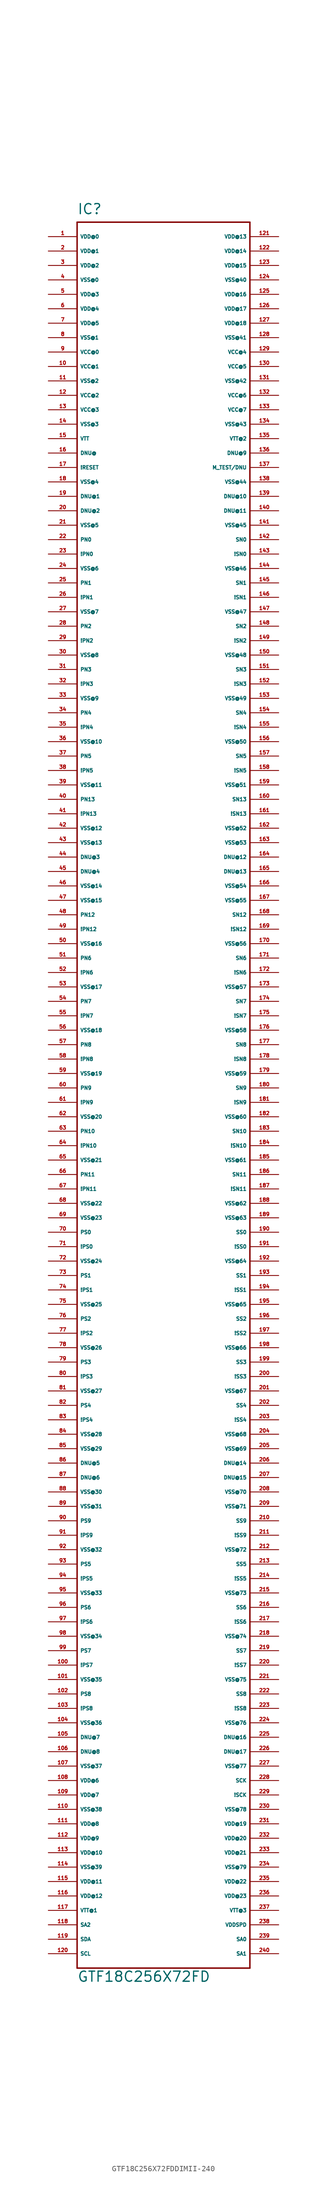
<source format=kicad_sym>
(kicad_symbol_lib
  (version 20220914)
  (generator Eagle2Kicad)
  (symbol "GTF18C256X72FDDIMII-240"
    (property "Reference" "IC"
      (at -15.24 153.67 0)
      (effects (font (size 1.778 1.778) (thickness 0.22)) (justify left bottom)))
    (property "Value" "GTF18C256X72FD"
      (at -15.24 -157.48 0)
      (effects (font (size 1.778 1.778) (thickness 0.22)) (justify left bottom)))
    (polyline
      (pts (xy -15.24 -154.94) (xy 15.24 -154.94))
      (stroke (width 0.254) (type default))
      (fill (type none)))
    (polyline
      (pts (xy 15.24 -154.94) (xy 15.24 152.4))
      (stroke (width 0.254) (type default))
      (fill (type none)))
    (polyline
      (pts (xy 15.24 152.4) (xy -15.24 152.4))
      (stroke (width 0.254) (type default))
      (fill (type none)))
    (polyline
      (pts (xy -15.24 152.4) (xy -15.24 -154.94))
      (stroke (width 0.254) (type default))
      (fill (type none)))
    (pin passive line
      (at -20.32 149.86 0)
      (length 5.08)
      (name "VDD@0" (effects (font (size 0.635 0.635) (thickness 0.08)) (justify left bottom)))
      (number "1" (effects (font (size 0.635 0.635) (thickness 0.08)) (justify left bottom))))
    (pin passive line
      (at -20.32 147.32 0)
      (length 5.08)
      (name "VDD@1" (effects (font (size 0.635 0.635) (thickness 0.08)) (justify left bottom)))
      (number "2" (effects (font (size 0.635 0.635) (thickness 0.08)) (justify left bottom))))
    (pin passive line
      (at -20.32 144.78 0)
      (length 5.08)
      (name "VDD@2" (effects (font (size 0.635 0.635) (thickness 0.08)) (justify left bottom)))
      (number "3" (effects (font (size 0.635 0.635) (thickness 0.08)) (justify left bottom))))
    (pin passive line
      (at -20.32 142.24 0)
      (length 5.08)
      (name "VSS@0" (effects (font (size 0.635 0.635) (thickness 0.08)) (justify left bottom)))
      (number "4" (effects (font (size 0.635 0.635) (thickness 0.08)) (justify left bottom))))
    (pin passive line
      (at -20.32 139.7 0)
      (length 5.08)
      (name "VDD@3" (effects (font (size 0.635 0.635) (thickness 0.08)) (justify left bottom)))
      (number "5" (effects (font (size 0.635 0.635) (thickness 0.08)) (justify left bottom))))
    (pin passive line
      (at -20.32 137.16 0)
      (length 5.08)
      (name "VDD@4" (effects (font (size 0.635 0.635) (thickness 0.08)) (justify left bottom)))
      (number "6" (effects (font (size 0.635 0.635) (thickness 0.08)) (justify left bottom))))
    (pin passive line
      (at -20.32 134.62 0)
      (length 5.08)
      (name "VDD@5" (effects (font (size 0.635 0.635) (thickness 0.08)) (justify left bottom)))
      (number "7" (effects (font (size 0.635 0.635) (thickness 0.08)) (justify left bottom))))
    (pin passive line
      (at -20.32 132.08 0)
      (length 5.08)
      (name "VSS@1" (effects (font (size 0.635 0.635) (thickness 0.08)) (justify left bottom)))
      (number "8" (effects (font (size 0.635 0.635) (thickness 0.08)) (justify left bottom))))
    (pin passive line
      (at -20.32 129.54 0)
      (length 5.08)
      (name "VCC@0" (effects (font (size 0.635 0.635) (thickness 0.08)) (justify left bottom)))
      (number "9" (effects (font (size 0.635 0.635) (thickness 0.08)) (justify left bottom))))
    (pin passive line
      (at -20.32 127 0)
      (length 5.08)
      (name "VCC@1" (effects (font (size 0.635 0.635) (thickness 0.08)) (justify left bottom)))
      (number "10" (effects (font (size 0.635 0.635) (thickness 0.08)) (justify left bottom))))
    (pin passive line
      (at -20.32 124.46 0)
      (length 5.08)
      (name "VSS@2" (effects (font (size 0.635 0.635) (thickness 0.08)) (justify left bottom)))
      (number "11" (effects (font (size 0.635 0.635) (thickness 0.08)) (justify left bottom))))
    (pin passive line
      (at -20.32 121.92 0)
      (length 5.08)
      (name "VCC@2" (effects (font (size 0.635 0.635) (thickness 0.08)) (justify left bottom)))
      (number "12" (effects (font (size 0.635 0.635) (thickness 0.08)) (justify left bottom))))
    (pin passive line
      (at -20.32 119.38 0)
      (length 5.08)
      (name "VCC@3" (effects (font (size 0.635 0.635) (thickness 0.08)) (justify left bottom)))
      (number "13" (effects (font (size 0.635 0.635) (thickness 0.08)) (justify left bottom))))
    (pin passive line
      (at -20.32 116.84 0)
      (length 5.08)
      (name "VSS@3" (effects (font (size 0.635 0.635) (thickness 0.08)) (justify left bottom)))
      (number "14" (effects (font (size 0.635 0.635) (thickness 0.08)) (justify left bottom))))
    (pin passive line
      (at -20.32 114.3 0)
      (length 5.08)
      (name "VTT" (effects (font (size 0.635 0.635) (thickness 0.08)) (justify left bottom)))
      (number "15" (effects (font (size 0.635 0.635) (thickness 0.08)) (justify left bottom))))
    (pin passive line
      (at -20.32 111.76 0)
      (length 5.08)
      (name "DNU@" (effects (font (size 0.635 0.635) (thickness 0.08)) (justify left bottom)))
      (number "16" (effects (font (size 0.635 0.635) (thickness 0.08)) (justify left bottom))))
    (pin passive line
      (at -20.32 109.22 0)
      (length 5.08)
      (name "!RESET" (effects (font (size 0.635 0.635) (thickness 0.08)) (justify left bottom)))
      (number "17" (effects (font (size 0.635 0.635) (thickness 0.08)) (justify left bottom))))
    (pin passive line
      (at -20.32 106.68 0)
      (length 5.08)
      (name "VSS@4" (effects (font (size 0.635 0.635) (thickness 0.08)) (justify left bottom)))
      (number "18" (effects (font (size 0.635 0.635) (thickness 0.08)) (justify left bottom))))
    (pin passive line
      (at -20.32 104.14 0)
      (length 5.08)
      (name "DNU@1" (effects (font (size 0.635 0.635) (thickness 0.08)) (justify left bottom)))
      (number "19" (effects (font (size 0.635 0.635) (thickness 0.08)) (justify left bottom))))
    (pin passive line
      (at -20.32 101.6 0)
      (length 5.08)
      (name "DNU@2" (effects (font (size 0.635 0.635) (thickness 0.08)) (justify left bottom)))
      (number "20" (effects (font (size 0.635 0.635) (thickness 0.08)) (justify left bottom))))
    (pin passive line
      (at -20.32 99.06 0)
      (length 5.08)
      (name "VSS@5" (effects (font (size 0.635 0.635) (thickness 0.08)) (justify left bottom)))
      (number "21" (effects (font (size 0.635 0.635) (thickness 0.08)) (justify left bottom))))
    (pin passive line
      (at -20.32 96.52 0)
      (length 5.08)
      (name "PN0" (effects (font (size 0.635 0.635) (thickness 0.08)) (justify left bottom)))
      (number "22" (effects (font (size 0.635 0.635) (thickness 0.08)) (justify left bottom))))
    (pin passive line
      (at -20.32 93.98 0)
      (length 5.08)
      (name "!PN0" (effects (font (size 0.635 0.635) (thickness 0.08)) (justify left bottom)))
      (number "23" (effects (font (size 0.635 0.635) (thickness 0.08)) (justify left bottom))))
    (pin passive line
      (at -20.32 91.44 0)
      (length 5.08)
      (name "VSS@6" (effects (font (size 0.635 0.635) (thickness 0.08)) (justify left bottom)))
      (number "24" (effects (font (size 0.635 0.635) (thickness 0.08)) (justify left bottom))))
    (pin passive line
      (at -20.32 88.9 0)
      (length 5.08)
      (name "PN1" (effects (font (size 0.635 0.635) (thickness 0.08)) (justify left bottom)))
      (number "25" (effects (font (size 0.635 0.635) (thickness 0.08)) (justify left bottom))))
    (pin passive line
      (at -20.32 86.36 0)
      (length 5.08)
      (name "!PN1" (effects (font (size 0.635 0.635) (thickness 0.08)) (justify left bottom)))
      (number "26" (effects (font (size 0.635 0.635) (thickness 0.08)) (justify left bottom))))
    (pin passive line
      (at -20.32 83.82 0)
      (length 5.08)
      (name "VSS@7" (effects (font (size 0.635 0.635) (thickness 0.08)) (justify left bottom)))
      (number "27" (effects (font (size 0.635 0.635) (thickness 0.08)) (justify left bottom))))
    (pin passive line
      (at -20.32 81.28 0)
      (length 5.08)
      (name "PN2" (effects (font (size 0.635 0.635) (thickness 0.08)) (justify left bottom)))
      (number "28" (effects (font (size 0.635 0.635) (thickness 0.08)) (justify left bottom))))
    (pin passive line
      (at -20.32 78.74 0)
      (length 5.08)
      (name "!PN2" (effects (font (size 0.635 0.635) (thickness 0.08)) (justify left bottom)))
      (number "29" (effects (font (size 0.635 0.635) (thickness 0.08)) (justify left bottom))))
    (pin passive line
      (at -20.32 76.2 0)
      (length 5.08)
      (name "VSS@8" (effects (font (size 0.635 0.635) (thickness 0.08)) (justify left bottom)))
      (number "30" (effects (font (size 0.635 0.635) (thickness 0.08)) (justify left bottom))))
    (pin passive line
      (at -20.32 73.66 0)
      (length 5.08)
      (name "PN3" (effects (font (size 0.635 0.635) (thickness 0.08)) (justify left bottom)))
      (number "31" (effects (font (size 0.635 0.635) (thickness 0.08)) (justify left bottom))))
    (pin passive line
      (at -20.32 71.12 0)
      (length 5.08)
      (name "!PN3" (effects (font (size 0.635 0.635) (thickness 0.08)) (justify left bottom)))
      (number "32" (effects (font (size 0.635 0.635) (thickness 0.08)) (justify left bottom))))
    (pin passive line
      (at -20.32 68.58 0)
      (length 5.08)
      (name "VSS@9" (effects (font (size 0.635 0.635) (thickness 0.08)) (justify left bottom)))
      (number "33" (effects (font (size 0.635 0.635) (thickness 0.08)) (justify left bottom))))
    (pin passive line
      (at -20.32 66.04 0)
      (length 5.08)
      (name "PN4" (effects (font (size 0.635 0.635) (thickness 0.08)) (justify left bottom)))
      (number "34" (effects (font (size 0.635 0.635) (thickness 0.08)) (justify left bottom))))
    (pin passive line
      (at -20.32 63.5 0)
      (length 5.08)
      (name "!PN4" (effects (font (size 0.635 0.635) (thickness 0.08)) (justify left bottom)))
      (number "35" (effects (font (size 0.635 0.635) (thickness 0.08)) (justify left bottom))))
    (pin passive line
      (at -20.32 60.96 0)
      (length 5.08)
      (name "VSS@10" (effects (font (size 0.635 0.635) (thickness 0.08)) (justify left bottom)))
      (number "36" (effects (font (size 0.635 0.635) (thickness 0.08)) (justify left bottom))))
    (pin passive line
      (at -20.32 58.42 0)
      (length 5.08)
      (name "PN5" (effects (font (size 0.635 0.635) (thickness 0.08)) (justify left bottom)))
      (number "37" (effects (font (size 0.635 0.635) (thickness 0.08)) (justify left bottom))))
    (pin passive line
      (at -20.32 55.88 0)
      (length 5.08)
      (name "!PN5" (effects (font (size 0.635 0.635) (thickness 0.08)) (justify left bottom)))
      (number "38" (effects (font (size 0.635 0.635) (thickness 0.08)) (justify left bottom))))
    (pin passive line
      (at -20.32 53.34 0)
      (length 5.08)
      (name "VSS@11" (effects (font (size 0.635 0.635) (thickness 0.08)) (justify left bottom)))
      (number "39" (effects (font (size 0.635 0.635) (thickness 0.08)) (justify left bottom))))
    (pin passive line
      (at -20.32 50.8 0)
      (length 5.08)
      (name "PN13" (effects (font (size 0.635 0.635) (thickness 0.08)) (justify left bottom)))
      (number "40" (effects (font (size 0.635 0.635) (thickness 0.08)) (justify left bottom))))
    (pin passive line
      (at -20.32 48.26 0)
      (length 5.08)
      (name "!PN13" (effects (font (size 0.635 0.635) (thickness 0.08)) (justify left bottom)))
      (number "41" (effects (font (size 0.635 0.635) (thickness 0.08)) (justify left bottom))))
    (pin passive line
      (at -20.32 45.72 0)
      (length 5.08)
      (name "VSS@12" (effects (font (size 0.635 0.635) (thickness 0.08)) (justify left bottom)))
      (number "42" (effects (font (size 0.635 0.635) (thickness 0.08)) (justify left bottom))))
    (pin passive line
      (at -20.32 43.18 0)
      (length 5.08)
      (name "VSS@13" (effects (font (size 0.635 0.635) (thickness 0.08)) (justify left bottom)))
      (number "43" (effects (font (size 0.635 0.635) (thickness 0.08)) (justify left bottom))))
    (pin passive line
      (at -20.32 40.64 0)
      (length 5.08)
      (name "DNU@3" (effects (font (size 0.635 0.635) (thickness 0.08)) (justify left bottom)))
      (number "44" (effects (font (size 0.635 0.635) (thickness 0.08)) (justify left bottom))))
    (pin passive line
      (at -20.32 38.1 0)
      (length 5.08)
      (name "DNU@4" (effects (font (size 0.635 0.635) (thickness 0.08)) (justify left bottom)))
      (number "45" (effects (font (size 0.635 0.635) (thickness 0.08)) (justify left bottom))))
    (pin passive line
      (at -20.32 35.56 0)
      (length 5.08)
      (name "VSS@14" (effects (font (size 0.635 0.635) (thickness 0.08)) (justify left bottom)))
      (number "46" (effects (font (size 0.635 0.635) (thickness 0.08)) (justify left bottom))))
    (pin passive line
      (at -20.32 33.02 0)
      (length 5.08)
      (name "VSS@15" (effects (font (size 0.635 0.635) (thickness 0.08)) (justify left bottom)))
      (number "47" (effects (font (size 0.635 0.635) (thickness 0.08)) (justify left bottom))))
    (pin passive line
      (at -20.32 30.48 0)
      (length 5.08)
      (name "PN12" (effects (font (size 0.635 0.635) (thickness 0.08)) (justify left bottom)))
      (number "48" (effects (font (size 0.635 0.635) (thickness 0.08)) (justify left bottom))))
    (pin passive line
      (at -20.32 27.94 0)
      (length 5.08)
      (name "!PN12" (effects (font (size 0.635 0.635) (thickness 0.08)) (justify left bottom)))
      (number "49" (effects (font (size 0.635 0.635) (thickness 0.08)) (justify left bottom))))
    (pin passive line
      (at -20.32 25.4 0)
      (length 5.08)
      (name "VSS@16" (effects (font (size 0.635 0.635) (thickness 0.08)) (justify left bottom)))
      (number "50" (effects (font (size 0.635 0.635) (thickness 0.08)) (justify left bottom))))
    (pin passive line
      (at -20.32 22.86 0)
      (length 5.08)
      (name "PN6" (effects (font (size 0.635 0.635) (thickness 0.08)) (justify left bottom)))
      (number "51" (effects (font (size 0.635 0.635) (thickness 0.08)) (justify left bottom))))
    (pin passive line
      (at -20.32 20.32 0)
      (length 5.08)
      (name "!PN6" (effects (font (size 0.635 0.635) (thickness 0.08)) (justify left bottom)))
      (number "52" (effects (font (size 0.635 0.635) (thickness 0.08)) (justify left bottom))))
    (pin passive line
      (at -20.32 17.78 0)
      (length 5.08)
      (name "VSS@17" (effects (font (size 0.635 0.635) (thickness 0.08)) (justify left bottom)))
      (number "53" (effects (font (size 0.635 0.635) (thickness 0.08)) (justify left bottom))))
    (pin passive line
      (at -20.32 15.24 0)
      (length 5.08)
      (name "PN7" (effects (font (size 0.635 0.635) (thickness 0.08)) (justify left bottom)))
      (number "54" (effects (font (size 0.635 0.635) (thickness 0.08)) (justify left bottom))))
    (pin passive line
      (at -20.32 12.7 0)
      (length 5.08)
      (name "!PN7" (effects (font (size 0.635 0.635) (thickness 0.08)) (justify left bottom)))
      (number "55" (effects (font (size 0.635 0.635) (thickness 0.08)) (justify left bottom))))
    (pin passive line
      (at -20.32 10.16 0)
      (length 5.08)
      (name "VSS@18" (effects (font (size 0.635 0.635) (thickness 0.08)) (justify left bottom)))
      (number "56" (effects (font (size 0.635 0.635) (thickness 0.08)) (justify left bottom))))
    (pin passive line
      (at -20.32 7.62 0)
      (length 5.08)
      (name "PN8" (effects (font (size 0.635 0.635) (thickness 0.08)) (justify left bottom)))
      (number "57" (effects (font (size 0.635 0.635) (thickness 0.08)) (justify left bottom))))
    (pin passive line
      (at -20.32 5.08 0)
      (length 5.08)
      (name "!PN8" (effects (font (size 0.635 0.635) (thickness 0.08)) (justify left bottom)))
      (number "58" (effects (font (size 0.635 0.635) (thickness 0.08)) (justify left bottom))))
    (pin passive line
      (at -20.32 2.54 0)
      (length 5.08)
      (name "VSS@19" (effects (font (size 0.635 0.635) (thickness 0.08)) (justify left bottom)))
      (number "59" (effects (font (size 0.635 0.635) (thickness 0.08)) (justify left bottom))))
    (pin passive line
      (at -20.32 0 0)
      (length 5.08)
      (name "PN9" (effects (font (size 0.635 0.635) (thickness 0.08)) (justify left bottom)))
      (number "60" (effects (font (size 0.635 0.635) (thickness 0.08)) (justify left bottom))))
    (pin passive line
      (at -20.32 -2.54 0)
      (length 5.08)
      (name "!PN9" (effects (font (size 0.635 0.635) (thickness 0.08)) (justify left bottom)))
      (number "61" (effects (font (size 0.635 0.635) (thickness 0.08)) (justify left bottom))))
    (pin passive line
      (at -20.32 -5.08 0)
      (length 5.08)
      (name "VSS@20" (effects (font (size 0.635 0.635) (thickness 0.08)) (justify left bottom)))
      (number "62" (effects (font (size 0.635 0.635) (thickness 0.08)) (justify left bottom))))
    (pin passive line
      (at -20.32 -7.62 0)
      (length 5.08)
      (name "PN10" (effects (font (size 0.635 0.635) (thickness 0.08)) (justify left bottom)))
      (number "63" (effects (font (size 0.635 0.635) (thickness 0.08)) (justify left bottom))))
    (pin passive line
      (at -20.32 -10.16 0)
      (length 5.08)
      (name "!PN10" (effects (font (size 0.635 0.635) (thickness 0.08)) (justify left bottom)))
      (number "64" (effects (font (size 0.635 0.635) (thickness 0.08)) (justify left bottom))))
    (pin passive line
      (at -20.32 -12.7 0)
      (length 5.08)
      (name "VSS@21" (effects (font (size 0.635 0.635) (thickness 0.08)) (justify left bottom)))
      (number "65" (effects (font (size 0.635 0.635) (thickness 0.08)) (justify left bottom))))
    (pin passive line
      (at -20.32 -15.24 0)
      (length 5.08)
      (name "PN11" (effects (font (size 0.635 0.635) (thickness 0.08)) (justify left bottom)))
      (number "66" (effects (font (size 0.635 0.635) (thickness 0.08)) (justify left bottom))))
    (pin passive line
      (at -20.32 -17.78 0)
      (length 5.08)
      (name "!PN11" (effects (font (size 0.635 0.635) (thickness 0.08)) (justify left bottom)))
      (number "67" (effects (font (size 0.635 0.635) (thickness 0.08)) (justify left bottom))))
    (pin passive line
      (at -20.32 -20.32 0)
      (length 5.08)
      (name "VSS@22" (effects (font (size 0.635 0.635) (thickness 0.08)) (justify left bottom)))
      (number "68" (effects (font (size 0.635 0.635) (thickness 0.08)) (justify left bottom))))
    (pin passive line
      (at -20.32 -22.86 0)
      (length 5.08)
      (name "VSS@23" (effects (font (size 0.635 0.635) (thickness 0.08)) (justify left bottom)))
      (number "69" (effects (font (size 0.635 0.635) (thickness 0.08)) (justify left bottom))))
    (pin passive line
      (at -20.32 -25.4 0)
      (length 5.08)
      (name "PS0" (effects (font (size 0.635 0.635) (thickness 0.08)) (justify left bottom)))
      (number "70" (effects (font (size 0.635 0.635) (thickness 0.08)) (justify left bottom))))
    (pin passive line
      (at -20.32 -27.94 0)
      (length 5.08)
      (name "!PS0" (effects (font (size 0.635 0.635) (thickness 0.08)) (justify left bottom)))
      (number "71" (effects (font (size 0.635 0.635) (thickness 0.08)) (justify left bottom))))
    (pin passive line
      (at -20.32 -30.48 0)
      (length 5.08)
      (name "VSS@24" (effects (font (size 0.635 0.635) (thickness 0.08)) (justify left bottom)))
      (number "72" (effects (font (size 0.635 0.635) (thickness 0.08)) (justify left bottom))))
    (pin passive line
      (at -20.32 -33.02 0)
      (length 5.08)
      (name "PS1" (effects (font (size 0.635 0.635) (thickness 0.08)) (justify left bottom)))
      (number "73" (effects (font (size 0.635 0.635) (thickness 0.08)) (justify left bottom))))
    (pin passive line
      (at -20.32 -35.56 0)
      (length 5.08)
      (name "!PS1" (effects (font (size 0.635 0.635) (thickness 0.08)) (justify left bottom)))
      (number "74" (effects (font (size 0.635 0.635) (thickness 0.08)) (justify left bottom))))
    (pin passive line
      (at -20.32 -38.1 0)
      (length 5.08)
      (name "VSS@25" (effects (font (size 0.635 0.635) (thickness 0.08)) (justify left bottom)))
      (number "75" (effects (font (size 0.635 0.635) (thickness 0.08)) (justify left bottom))))
    (pin passive line
      (at -20.32 -40.64 0)
      (length 5.08)
      (name "PS2" (effects (font (size 0.635 0.635) (thickness 0.08)) (justify left bottom)))
      (number "76" (effects (font (size 0.635 0.635) (thickness 0.08)) (justify left bottom))))
    (pin passive line
      (at -20.32 -43.18 0)
      (length 5.08)
      (name "!PS2" (effects (font (size 0.635 0.635) (thickness 0.08)) (justify left bottom)))
      (number "77" (effects (font (size 0.635 0.635) (thickness 0.08)) (justify left bottom))))
    (pin passive line
      (at -20.32 -45.72 0)
      (length 5.08)
      (name "VSS@26" (effects (font (size 0.635 0.635) (thickness 0.08)) (justify left bottom)))
      (number "78" (effects (font (size 0.635 0.635) (thickness 0.08)) (justify left bottom))))
    (pin passive line
      (at -20.32 -48.26 0)
      (length 5.08)
      (name "PS3" (effects (font (size 0.635 0.635) (thickness 0.08)) (justify left bottom)))
      (number "79" (effects (font (size 0.635 0.635) (thickness 0.08)) (justify left bottom))))
    (pin passive line
      (at -20.32 -50.8 0)
      (length 5.08)
      (name "!PS3" (effects (font (size 0.635 0.635) (thickness 0.08)) (justify left bottom)))
      (number "80" (effects (font (size 0.635 0.635) (thickness 0.08)) (justify left bottom))))
    (pin passive line
      (at -20.32 -53.34 0)
      (length 5.08)
      (name "VSS@27" (effects (font (size 0.635 0.635) (thickness 0.08)) (justify left bottom)))
      (number "81" (effects (font (size 0.635 0.635) (thickness 0.08)) (justify left bottom))))
    (pin passive line
      (at -20.32 -55.88 0)
      (length 5.08)
      (name "PS4" (effects (font (size 0.635 0.635) (thickness 0.08)) (justify left bottom)))
      (number "82" (effects (font (size 0.635 0.635) (thickness 0.08)) (justify left bottom))))
    (pin passive line
      (at -20.32 -58.42 0)
      (length 5.08)
      (name "!PS4" (effects (font (size 0.635 0.635) (thickness 0.08)) (justify left bottom)))
      (number "83" (effects (font (size 0.635 0.635) (thickness 0.08)) (justify left bottom))))
    (pin passive line
      (at -20.32 -60.96 0)
      (length 5.08)
      (name "VSS@28" (effects (font (size 0.635 0.635) (thickness 0.08)) (justify left bottom)))
      (number "84" (effects (font (size 0.635 0.635) (thickness 0.08)) (justify left bottom))))
    (pin passive line
      (at -20.32 -63.5 0)
      (length 5.08)
      (name "VSS@29" (effects (font (size 0.635 0.635) (thickness 0.08)) (justify left bottom)))
      (number "85" (effects (font (size 0.635 0.635) (thickness 0.08)) (justify left bottom))))
    (pin passive line
      (at -20.32 -66.04 0)
      (length 5.08)
      (name "DNU@5" (effects (font (size 0.635 0.635) (thickness 0.08)) (justify left bottom)))
      (number "86" (effects (font (size 0.635 0.635) (thickness 0.08)) (justify left bottom))))
    (pin passive line
      (at -20.32 -68.58 0)
      (length 5.08)
      (name "DNU@6" (effects (font (size 0.635 0.635) (thickness 0.08)) (justify left bottom)))
      (number "87" (effects (font (size 0.635 0.635) (thickness 0.08)) (justify left bottom))))
    (pin passive line
      (at -20.32 -71.12 0)
      (length 5.08)
      (name "VSS@30" (effects (font (size 0.635 0.635) (thickness 0.08)) (justify left bottom)))
      (number "88" (effects (font (size 0.635 0.635) (thickness 0.08)) (justify left bottom))))
    (pin passive line
      (at -20.32 -73.66 0)
      (length 5.08)
      (name "VSS@31" (effects (font (size 0.635 0.635) (thickness 0.08)) (justify left bottom)))
      (number "89" (effects (font (size 0.635 0.635) (thickness 0.08)) (justify left bottom))))
    (pin passive line
      (at -20.32 -76.2 0)
      (length 5.08)
      (name "PS9" (effects (font (size 0.635 0.635) (thickness 0.08)) (justify left bottom)))
      (number "90" (effects (font (size 0.635 0.635) (thickness 0.08)) (justify left bottom))))
    (pin passive line
      (at -20.32 -78.74 0)
      (length 5.08)
      (name "!PS9" (effects (font (size 0.635 0.635) (thickness 0.08)) (justify left bottom)))
      (number "91" (effects (font (size 0.635 0.635) (thickness 0.08)) (justify left bottom))))
    (pin passive line
      (at -20.32 -81.28 0)
      (length 5.08)
      (name "VSS@32" (effects (font (size 0.635 0.635) (thickness 0.08)) (justify left bottom)))
      (number "92" (effects (font (size 0.635 0.635) (thickness 0.08)) (justify left bottom))))
    (pin passive line
      (at -20.32 -83.82 0)
      (length 5.08)
      (name "PS5" (effects (font (size 0.635 0.635) (thickness 0.08)) (justify left bottom)))
      (number "93" (effects (font (size 0.635 0.635) (thickness 0.08)) (justify left bottom))))
    (pin passive line
      (at -20.32 -86.36 0)
      (length 5.08)
      (name "!PS5" (effects (font (size 0.635 0.635) (thickness 0.08)) (justify left bottom)))
      (number "94" (effects (font (size 0.635 0.635) (thickness 0.08)) (justify left bottom))))
    (pin passive line
      (at -20.32 -88.9 0)
      (length 5.08)
      (name "VSS@33" (effects (font (size 0.635 0.635) (thickness 0.08)) (justify left bottom)))
      (number "95" (effects (font (size 0.635 0.635) (thickness 0.08)) (justify left bottom))))
    (pin passive line
      (at -20.32 -91.44 0)
      (length 5.08)
      (name "PS6" (effects (font (size 0.635 0.635) (thickness 0.08)) (justify left bottom)))
      (number "96" (effects (font (size 0.635 0.635) (thickness 0.08)) (justify left bottom))))
    (pin passive line
      (at -20.32 -93.98 0)
      (length 5.08)
      (name "!PS6" (effects (font (size 0.635 0.635) (thickness 0.08)) (justify left bottom)))
      (number "97" (effects (font (size 0.635 0.635) (thickness 0.08)) (justify left bottom))))
    (pin passive line
      (at -20.32 -96.52 0)
      (length 5.08)
      (name "VSS@34" (effects (font (size 0.635 0.635) (thickness 0.08)) (justify left bottom)))
      (number "98" (effects (font (size 0.635 0.635) (thickness 0.08)) (justify left bottom))))
    (pin passive line
      (at -20.32 -99.06 0)
      (length 5.08)
      (name "PS7" (effects (font (size 0.635 0.635) (thickness 0.08)) (justify left bottom)))
      (number "99" (effects (font (size 0.635 0.635) (thickness 0.08)) (justify left bottom))))
    (pin passive line
      (at -20.32 -101.6 0)
      (length 5.08)
      (name "!PS7" (effects (font (size 0.635 0.635) (thickness 0.08)) (justify left bottom)))
      (number "100" (effects (font (size 0.635 0.635) (thickness 0.08)) (justify left bottom))))
    (pin passive line
      (at -20.32 -104.14 0)
      (length 5.08)
      (name "VSS@35" (effects (font (size 0.635 0.635) (thickness 0.08)) (justify left bottom)))
      (number "101" (effects (font (size 0.635 0.635) (thickness 0.08)) (justify left bottom))))
    (pin passive line
      (at -20.32 -106.68 0)
      (length 5.08)
      (name "PS8" (effects (font (size 0.635 0.635) (thickness 0.08)) (justify left bottom)))
      (number "102" (effects (font (size 0.635 0.635) (thickness 0.08)) (justify left bottom))))
    (pin passive line
      (at -20.32 -109.22 0)
      (length 5.08)
      (name "!PS8" (effects (font (size 0.635 0.635) (thickness 0.08)) (justify left bottom)))
      (number "103" (effects (font (size 0.635 0.635) (thickness 0.08)) (justify left bottom))))
    (pin passive line
      (at -20.32 -111.76 0)
      (length 5.08)
      (name "VSS@36" (effects (font (size 0.635 0.635) (thickness 0.08)) (justify left bottom)))
      (number "104" (effects (font (size 0.635 0.635) (thickness 0.08)) (justify left bottom))))
    (pin passive line
      (at -20.32 -114.3 0)
      (length 5.08)
      (name "DNU@7" (effects (font (size 0.635 0.635) (thickness 0.08)) (justify left bottom)))
      (number "105" (effects (font (size 0.635 0.635) (thickness 0.08)) (justify left bottom))))
    (pin passive line
      (at -20.32 -116.84 0)
      (length 5.08)
      (name "DNU@8" (effects (font (size 0.635 0.635) (thickness 0.08)) (justify left bottom)))
      (number "106" (effects (font (size 0.635 0.635) (thickness 0.08)) (justify left bottom))))
    (pin passive line
      (at -20.32 -119.38 0)
      (length 5.08)
      (name "VSS@37" (effects (font (size 0.635 0.635) (thickness 0.08)) (justify left bottom)))
      (number "107" (effects (font (size 0.635 0.635) (thickness 0.08)) (justify left bottom))))
    (pin passive line
      (at -20.32 -121.92 0)
      (length 5.08)
      (name "VDD@6" (effects (font (size 0.635 0.635) (thickness 0.08)) (justify left bottom)))
      (number "108" (effects (font (size 0.635 0.635) (thickness 0.08)) (justify left bottom))))
    (pin passive line
      (at -20.32 -124.46 0)
      (length 5.08)
      (name "VDD@7" (effects (font (size 0.635 0.635) (thickness 0.08)) (justify left bottom)))
      (number "109" (effects (font (size 0.635 0.635) (thickness 0.08)) (justify left bottom))))
    (pin passive line
      (at -20.32 -127 0)
      (length 5.08)
      (name "VSS@38" (effects (font (size 0.635 0.635) (thickness 0.08)) (justify left bottom)))
      (number "110" (effects (font (size 0.635 0.635) (thickness 0.08)) (justify left bottom))))
    (pin passive line
      (at -20.32 -129.54 0)
      (length 5.08)
      (name "VDD@8" (effects (font (size 0.635 0.635) (thickness 0.08)) (justify left bottom)))
      (number "111" (effects (font (size 0.635 0.635) (thickness 0.08)) (justify left bottom))))
    (pin passive line
      (at -20.32 -132.08 0)
      (length 5.08)
      (name "VDD@9" (effects (font (size 0.635 0.635) (thickness 0.08)) (justify left bottom)))
      (number "112" (effects (font (size 0.635 0.635) (thickness 0.08)) (justify left bottom))))
    (pin passive line
      (at -20.32 -134.62 0)
      (length 5.08)
      (name "VDD@10" (effects (font (size 0.635 0.635) (thickness 0.08)) (justify left bottom)))
      (number "113" (effects (font (size 0.635 0.635) (thickness 0.08)) (justify left bottom))))
    (pin passive line
      (at -20.32 -137.16 0)
      (length 5.08)
      (name "VSS@39" (effects (font (size 0.635 0.635) (thickness 0.08)) (justify left bottom)))
      (number "114" (effects (font (size 0.635 0.635) (thickness 0.08)) (justify left bottom))))
    (pin passive line
      (at -20.32 -139.7 0)
      (length 5.08)
      (name "VDD@11" (effects (font (size 0.635 0.635) (thickness 0.08)) (justify left bottom)))
      (number "115" (effects (font (size 0.635 0.635) (thickness 0.08)) (justify left bottom))))
    (pin passive line
      (at -20.32 -142.24 0)
      (length 5.08)
      (name "VDD@12" (effects (font (size 0.635 0.635) (thickness 0.08)) (justify left bottom)))
      (number "116" (effects (font (size 0.635 0.635) (thickness 0.08)) (justify left bottom))))
    (pin passive line
      (at -20.32 -144.78 0)
      (length 5.08)
      (name "VTT@1" (effects (font (size 0.635 0.635) (thickness 0.08)) (justify left bottom)))
      (number "117" (effects (font (size 0.635 0.635) (thickness 0.08)) (justify left bottom))))
    (pin passive line
      (at -20.32 -147.32 0)
      (length 5.08)
      (name "SA2" (effects (font (size 0.635 0.635) (thickness 0.08)) (justify left bottom)))
      (number "118" (effects (font (size 0.635 0.635) (thickness 0.08)) (justify left bottom))))
    (pin passive line
      (at -20.32 -149.86 0)
      (length 5.08)
      (name "SDA" (effects (font (size 0.635 0.635) (thickness 0.08)) (justify left bottom)))
      (number "119" (effects (font (size 0.635 0.635) (thickness 0.08)) (justify left bottom))))
    (pin passive line
      (at -20.32 -152.4 0)
      (length 5.08)
      (name "SCL" (effects (font (size 0.635 0.635) (thickness 0.08)) (justify left bottom)))
      (number "120" (effects (font (size 0.635 0.635) (thickness 0.08)) (justify left bottom))))
    (pin passive line
      (at 20.32 149.86 180)
      (length 5.08)
      (name "VDD@13" (effects (font (size 0.635 0.635) (thickness 0.08)) (justify left bottom)))
      (number "121" (effects (font (size 0.635 0.635) (thickness 0.08)) (justify left bottom))))
    (pin passive line
      (at 20.32 147.32 180)
      (length 5.08)
      (name "VDD@14" (effects (font (size 0.635 0.635) (thickness 0.08)) (justify left bottom)))
      (number "122" (effects (font (size 0.635 0.635) (thickness 0.08)) (justify left bottom))))
    (pin passive line
      (at 20.32 144.78 180)
      (length 5.08)
      (name "VDD@15" (effects (font (size 0.635 0.635) (thickness 0.08)) (justify left bottom)))
      (number "123" (effects (font (size 0.635 0.635) (thickness 0.08)) (justify left bottom))))
    (pin passive line
      (at 20.32 142.24 180)
      (length 5.08)
      (name "VSS@40" (effects (font (size 0.635 0.635) (thickness 0.08)) (justify left bottom)))
      (number "124" (effects (font (size 0.635 0.635) (thickness 0.08)) (justify left bottom))))
    (pin passive line
      (at 20.32 139.7 180)
      (length 5.08)
      (name "VDD@16" (effects (font (size 0.635 0.635) (thickness 0.08)) (justify left bottom)))
      (number "125" (effects (font (size 0.635 0.635) (thickness 0.08)) (justify left bottom))))
    (pin passive line
      (at 20.32 137.16 180)
      (length 5.08)
      (name "VDD@17" (effects (font (size 0.635 0.635) (thickness 0.08)) (justify left bottom)))
      (number "126" (effects (font (size 0.635 0.635) (thickness 0.08)) (justify left bottom))))
    (pin passive line
      (at 20.32 134.62 180)
      (length 5.08)
      (name "VDD@18" (effects (font (size 0.635 0.635) (thickness 0.08)) (justify left bottom)))
      (number "127" (effects (font (size 0.635 0.635) (thickness 0.08)) (justify left bottom))))
    (pin passive line
      (at 20.32 132.08 180)
      (length 5.08)
      (name "VSS@41" (effects (font (size 0.635 0.635) (thickness 0.08)) (justify left bottom)))
      (number "128" (effects (font (size 0.635 0.635) (thickness 0.08)) (justify left bottom))))
    (pin passive line
      (at 20.32 129.54 180)
      (length 5.08)
      (name "VCC@4" (effects (font (size 0.635 0.635) (thickness 0.08)) (justify left bottom)))
      (number "129" (effects (font (size 0.635 0.635) (thickness 0.08)) (justify left bottom))))
    (pin passive line
      (at 20.32 127 180)
      (length 5.08)
      (name "VCC@5" (effects (font (size 0.635 0.635) (thickness 0.08)) (justify left bottom)))
      (number "130" (effects (font (size 0.635 0.635) (thickness 0.08)) (justify left bottom))))
    (pin passive line
      (at 20.32 124.46 180)
      (length 5.08)
      (name "VSS@42" (effects (font (size 0.635 0.635) (thickness 0.08)) (justify left bottom)))
      (number "131" (effects (font (size 0.635 0.635) (thickness 0.08)) (justify left bottom))))
    (pin passive line
      (at 20.32 121.92 180)
      (length 5.08)
      (name "VCC@6" (effects (font (size 0.635 0.635) (thickness 0.08)) (justify left bottom)))
      (number "132" (effects (font (size 0.635 0.635) (thickness 0.08)) (justify left bottom))))
    (pin passive line
      (at 20.32 119.38 180)
      (length 5.08)
      (name "VCC@7" (effects (font (size 0.635 0.635) (thickness 0.08)) (justify left bottom)))
      (number "133" (effects (font (size 0.635 0.635) (thickness 0.08)) (justify left bottom))))
    (pin passive line
      (at 20.32 116.84 180)
      (length 5.08)
      (name "VSS@43" (effects (font (size 0.635 0.635) (thickness 0.08)) (justify left bottom)))
      (number "134" (effects (font (size 0.635 0.635) (thickness 0.08)) (justify left bottom))))
    (pin passive line
      (at 20.32 114.3 180)
      (length 5.08)
      (name "VTT@2" (effects (font (size 0.635 0.635) (thickness 0.08)) (justify left bottom)))
      (number "135" (effects (font (size 0.635 0.635) (thickness 0.08)) (justify left bottom))))
    (pin passive line
      (at 20.32 111.76 180)
      (length 5.08)
      (name "DNU@9" (effects (font (size 0.635 0.635) (thickness 0.08)) (justify left bottom)))
      (number "136" (effects (font (size 0.635 0.635) (thickness 0.08)) (justify left bottom))))
    (pin passive line
      (at 20.32 109.22 180)
      (length 5.08)
      (name "M_TEST/DNU" (effects (font (size 0.635 0.635) (thickness 0.08)) (justify left bottom)))
      (number "137" (effects (font (size 0.635 0.635) (thickness 0.08)) (justify left bottom))))
    (pin passive line
      (at 20.32 106.68 180)
      (length 5.08)
      (name "VSS@44" (effects (font (size 0.635 0.635) (thickness 0.08)) (justify left bottom)))
      (number "138" (effects (font (size 0.635 0.635) (thickness 0.08)) (justify left bottom))))
    (pin passive line
      (at 20.32 104.14 180)
      (length 5.08)
      (name "DNU@10" (effects (font (size 0.635 0.635) (thickness 0.08)) (justify left bottom)))
      (number "139" (effects (font (size 0.635 0.635) (thickness 0.08)) (justify left bottom))))
    (pin passive line
      (at 20.32 101.6 180)
      (length 5.08)
      (name "DNU@11" (effects (font (size 0.635 0.635) (thickness 0.08)) (justify left bottom)))
      (number "140" (effects (font (size 0.635 0.635) (thickness 0.08)) (justify left bottom))))
    (pin passive line
      (at 20.32 99.06 180)
      (length 5.08)
      (name "VSS@45" (effects (font (size 0.635 0.635) (thickness 0.08)) (justify left bottom)))
      (number "141" (effects (font (size 0.635 0.635) (thickness 0.08)) (justify left bottom))))
    (pin passive line
      (at 20.32 96.52 180)
      (length 5.08)
      (name "SN0" (effects (font (size 0.635 0.635) (thickness 0.08)) (justify left bottom)))
      (number "142" (effects (font (size 0.635 0.635) (thickness 0.08)) (justify left bottom))))
    (pin passive line
      (at 20.32 93.98 180)
      (length 5.08)
      (name "!SN0" (effects (font (size 0.635 0.635) (thickness 0.08)) (justify left bottom)))
      (number "143" (effects (font (size 0.635 0.635) (thickness 0.08)) (justify left bottom))))
    (pin passive line
      (at 20.32 91.44 180)
      (length 5.08)
      (name "VSS@46" (effects (font (size 0.635 0.635) (thickness 0.08)) (justify left bottom)))
      (number "144" (effects (font (size 0.635 0.635) (thickness 0.08)) (justify left bottom))))
    (pin passive line
      (at 20.32 88.9 180)
      (length 5.08)
      (name "SN1" (effects (font (size 0.635 0.635) (thickness 0.08)) (justify left bottom)))
      (number "145" (effects (font (size 0.635 0.635) (thickness 0.08)) (justify left bottom))))
    (pin passive line
      (at 20.32 86.36 180)
      (length 5.08)
      (name "!SN1" (effects (font (size 0.635 0.635) (thickness 0.08)) (justify left bottom)))
      (number "146" (effects (font (size 0.635 0.635) (thickness 0.08)) (justify left bottom))))
    (pin passive line
      (at 20.32 83.82 180)
      (length 5.08)
      (name "VSS@47" (effects (font (size 0.635 0.635) (thickness 0.08)) (justify left bottom)))
      (number "147" (effects (font (size 0.635 0.635) (thickness 0.08)) (justify left bottom))))
    (pin passive line
      (at 20.32 81.28 180)
      (length 5.08)
      (name "SN2" (effects (font (size 0.635 0.635) (thickness 0.08)) (justify left bottom)))
      (number "148" (effects (font (size 0.635 0.635) (thickness 0.08)) (justify left bottom))))
    (pin passive line
      (at 20.32 78.74 180)
      (length 5.08)
      (name "!SN2" (effects (font (size 0.635 0.635) (thickness 0.08)) (justify left bottom)))
      (number "149" (effects (font (size 0.635 0.635) (thickness 0.08)) (justify left bottom))))
    (pin passive line
      (at 20.32 76.2 180)
      (length 5.08)
      (name "VSS@48" (effects (font (size 0.635 0.635) (thickness 0.08)) (justify left bottom)))
      (number "150" (effects (font (size 0.635 0.635) (thickness 0.08)) (justify left bottom))))
    (pin passive line
      (at 20.32 73.66 180)
      (length 5.08)
      (name "SN3" (effects (font (size 0.635 0.635) (thickness 0.08)) (justify left bottom)))
      (number "151" (effects (font (size 0.635 0.635) (thickness 0.08)) (justify left bottom))))
    (pin passive line
      (at 20.32 71.12 180)
      (length 5.08)
      (name "!SN3" (effects (font (size 0.635 0.635) (thickness 0.08)) (justify left bottom)))
      (number "152" (effects (font (size 0.635 0.635) (thickness 0.08)) (justify left bottom))))
    (pin passive line
      (at 20.32 68.58 180)
      (length 5.08)
      (name "VSS@49" (effects (font (size 0.635 0.635) (thickness 0.08)) (justify left bottom)))
      (number "153" (effects (font (size 0.635 0.635) (thickness 0.08)) (justify left bottom))))
    (pin passive line
      (at 20.32 66.04 180)
      (length 5.08)
      (name "SN4" (effects (font (size 0.635 0.635) (thickness 0.08)) (justify left bottom)))
      (number "154" (effects (font (size 0.635 0.635) (thickness 0.08)) (justify left bottom))))
    (pin passive line
      (at 20.32 63.5 180)
      (length 5.08)
      (name "!SN4" (effects (font (size 0.635 0.635) (thickness 0.08)) (justify left bottom)))
      (number "155" (effects (font (size 0.635 0.635) (thickness 0.08)) (justify left bottom))))
    (pin passive line
      (at 20.32 60.96 180)
      (length 5.08)
      (name "VSS@50" (effects (font (size 0.635 0.635) (thickness 0.08)) (justify left bottom)))
      (number "156" (effects (font (size 0.635 0.635) (thickness 0.08)) (justify left bottom))))
    (pin passive line
      (at 20.32 58.42 180)
      (length 5.08)
      (name "SN5" (effects (font (size 0.635 0.635) (thickness 0.08)) (justify left bottom)))
      (number "157" (effects (font (size 0.635 0.635) (thickness 0.08)) (justify left bottom))))
    (pin passive line
      (at 20.32 55.88 180)
      (length 5.08)
      (name "!SN5" (effects (font (size 0.635 0.635) (thickness 0.08)) (justify left bottom)))
      (number "158" (effects (font (size 0.635 0.635) (thickness 0.08)) (justify left bottom))))
    (pin passive line
      (at 20.32 53.34 180)
      (length 5.08)
      (name "VSS@51" (effects (font (size 0.635 0.635) (thickness 0.08)) (justify left bottom)))
      (number "159" (effects (font (size 0.635 0.635) (thickness 0.08)) (justify left bottom))))
    (pin passive line
      (at 20.32 50.8 180)
      (length 5.08)
      (name "SN13" (effects (font (size 0.635 0.635) (thickness 0.08)) (justify left bottom)))
      (number "160" (effects (font (size 0.635 0.635) (thickness 0.08)) (justify left bottom))))
    (pin passive line
      (at 20.32 48.26 180)
      (length 5.08)
      (name "!SN13" (effects (font (size 0.635 0.635) (thickness 0.08)) (justify left bottom)))
      (number "161" (effects (font (size 0.635 0.635) (thickness 0.08)) (justify left bottom))))
    (pin passive line
      (at 20.32 45.72 180)
      (length 5.08)
      (name "VSS@52" (effects (font (size 0.635 0.635) (thickness 0.08)) (justify left bottom)))
      (number "162" (effects (font (size 0.635 0.635) (thickness 0.08)) (justify left bottom))))
    (pin passive line
      (at 20.32 43.18 180)
      (length 5.08)
      (name "VSS@53" (effects (font (size 0.635 0.635) (thickness 0.08)) (justify left bottom)))
      (number "163" (effects (font (size 0.635 0.635) (thickness 0.08)) (justify left bottom))))
    (pin passive line
      (at 20.32 40.64 180)
      (length 5.08)
      (name "DNU@12" (effects (font (size 0.635 0.635) (thickness 0.08)) (justify left bottom)))
      (number "164" (effects (font (size 0.635 0.635) (thickness 0.08)) (justify left bottom))))
    (pin passive line
      (at 20.32 38.1 180)
      (length 5.08)
      (name "DNU@13" (effects (font (size 0.635 0.635) (thickness 0.08)) (justify left bottom)))
      (number "165" (effects (font (size 0.635 0.635) (thickness 0.08)) (justify left bottom))))
    (pin passive line
      (at 20.32 35.56 180)
      (length 5.08)
      (name "VSS@54" (effects (font (size 0.635 0.635) (thickness 0.08)) (justify left bottom)))
      (number "166" (effects (font (size 0.635 0.635) (thickness 0.08)) (justify left bottom))))
    (pin passive line
      (at 20.32 33.02 180)
      (length 5.08)
      (name "VSS@55" (effects (font (size 0.635 0.635) (thickness 0.08)) (justify left bottom)))
      (number "167" (effects (font (size 0.635 0.635) (thickness 0.08)) (justify left bottom))))
    (pin passive line
      (at 20.32 30.48 180)
      (length 5.08)
      (name "SN12" (effects (font (size 0.635 0.635) (thickness 0.08)) (justify left bottom)))
      (number "168" (effects (font (size 0.635 0.635) (thickness 0.08)) (justify left bottom))))
    (pin passive line
      (at 20.32 27.94 180)
      (length 5.08)
      (name "!SN12" (effects (font (size 0.635 0.635) (thickness 0.08)) (justify left bottom)))
      (number "169" (effects (font (size 0.635 0.635) (thickness 0.08)) (justify left bottom))))
    (pin passive line
      (at 20.32 25.4 180)
      (length 5.08)
      (name "VSS@56" (effects (font (size 0.635 0.635) (thickness 0.08)) (justify left bottom)))
      (number "170" (effects (font (size 0.635 0.635) (thickness 0.08)) (justify left bottom))))
    (pin passive line
      (at 20.32 22.86 180)
      (length 5.08)
      (name "SN6" (effects (font (size 0.635 0.635) (thickness 0.08)) (justify left bottom)))
      (number "171" (effects (font (size 0.635 0.635) (thickness 0.08)) (justify left bottom))))
    (pin passive line
      (at 20.32 20.32 180)
      (length 5.08)
      (name "!SN6" (effects (font (size 0.635 0.635) (thickness 0.08)) (justify left bottom)))
      (number "172" (effects (font (size 0.635 0.635) (thickness 0.08)) (justify left bottom))))
    (pin passive line
      (at 20.32 17.78 180)
      (length 5.08)
      (name "VSS@57" (effects (font (size 0.635 0.635) (thickness 0.08)) (justify left bottom)))
      (number "173" (effects (font (size 0.635 0.635) (thickness 0.08)) (justify left bottom))))
    (pin passive line
      (at 20.32 15.24 180)
      (length 5.08)
      (name "SN7" (effects (font (size 0.635 0.635) (thickness 0.08)) (justify left bottom)))
      (number "174" (effects (font (size 0.635 0.635) (thickness 0.08)) (justify left bottom))))
    (pin passive line
      (at 20.32 12.7 180)
      (length 5.08)
      (name "!SN7" (effects (font (size 0.635 0.635) (thickness 0.08)) (justify left bottom)))
      (number "175" (effects (font (size 0.635 0.635) (thickness 0.08)) (justify left bottom))))
    (pin passive line
      (at 20.32 10.16 180)
      (length 5.08)
      (name "VSS@58" (effects (font (size 0.635 0.635) (thickness 0.08)) (justify left bottom)))
      (number "176" (effects (font (size 0.635 0.635) (thickness 0.08)) (justify left bottom))))
    (pin passive line
      (at 20.32 7.62 180)
      (length 5.08)
      (name "SN8" (effects (font (size 0.635 0.635) (thickness 0.08)) (justify left bottom)))
      (number "177" (effects (font (size 0.635 0.635) (thickness 0.08)) (justify left bottom))))
    (pin passive line
      (at 20.32 5.08 180)
      (length 5.08)
      (name "!SN8" (effects (font (size 0.635 0.635) (thickness 0.08)) (justify left bottom)))
      (number "178" (effects (font (size 0.635 0.635) (thickness 0.08)) (justify left bottom))))
    (pin passive line
      (at 20.32 2.54 180)
      (length 5.08)
      (name "VSS@59" (effects (font (size 0.635 0.635) (thickness 0.08)) (justify left bottom)))
      (number "179" (effects (font (size 0.635 0.635) (thickness 0.08)) (justify left bottom))))
    (pin passive line
      (at 20.32 0 180)
      (length 5.08)
      (name "SN9" (effects (font (size 0.635 0.635) (thickness 0.08)) (justify left bottom)))
      (number "180" (effects (font (size 0.635 0.635) (thickness 0.08)) (justify left bottom))))
    (pin passive line
      (at 20.32 -2.54 180)
      (length 5.08)
      (name "!SN9" (effects (font (size 0.635 0.635) (thickness 0.08)) (justify left bottom)))
      (number "181" (effects (font (size 0.635 0.635) (thickness 0.08)) (justify left bottom))))
    (pin passive line
      (at 20.32 -5.08 180)
      (length 5.08)
      (name "VSS@60" (effects (font (size 0.635 0.635) (thickness 0.08)) (justify left bottom)))
      (number "182" (effects (font (size 0.635 0.635) (thickness 0.08)) (justify left bottom))))
    (pin passive line
      (at 20.32 -7.62 180)
      (length 5.08)
      (name "SN10" (effects (font (size 0.635 0.635) (thickness 0.08)) (justify left bottom)))
      (number "183" (effects (font (size 0.635 0.635) (thickness 0.08)) (justify left bottom))))
    (pin passive line
      (at 20.32 -10.16 180)
      (length 5.08)
      (name "!SN10" (effects (font (size 0.635 0.635) (thickness 0.08)) (justify left bottom)))
      (number "184" (effects (font (size 0.635 0.635) (thickness 0.08)) (justify left bottom))))
    (pin passive line
      (at 20.32 -12.7 180)
      (length 5.08)
      (name "VSS@61" (effects (font (size 0.635 0.635) (thickness 0.08)) (justify left bottom)))
      (number "185" (effects (font (size 0.635 0.635) (thickness 0.08)) (justify left bottom))))
    (pin passive line
      (at 20.32 -15.24 180)
      (length 5.08)
      (name "SN11" (effects (font (size 0.635 0.635) (thickness 0.08)) (justify left bottom)))
      (number "186" (effects (font (size 0.635 0.635) (thickness 0.08)) (justify left bottom))))
    (pin passive line
      (at 20.32 -17.78 180)
      (length 5.08)
      (name "!SN11" (effects (font (size 0.635 0.635) (thickness 0.08)) (justify left bottom)))
      (number "187" (effects (font (size 0.635 0.635) (thickness 0.08)) (justify left bottom))))
    (pin passive line
      (at 20.32 -20.32 180)
      (length 5.08)
      (name "VSS@62" (effects (font (size 0.635 0.635) (thickness 0.08)) (justify left bottom)))
      (number "188" (effects (font (size 0.635 0.635) (thickness 0.08)) (justify left bottom))))
    (pin passive line
      (at 20.32 -22.86 180)
      (length 5.08)
      (name "VSS@63" (effects (font (size 0.635 0.635) (thickness 0.08)) (justify left bottom)))
      (number "189" (effects (font (size 0.635 0.635) (thickness 0.08)) (justify left bottom))))
    (pin passive line
      (at 20.32 -25.4 180)
      (length 5.08)
      (name "SS0" (effects (font (size 0.635 0.635) (thickness 0.08)) (justify left bottom)))
      (number "190" (effects (font (size 0.635 0.635) (thickness 0.08)) (justify left bottom))))
    (pin passive line
      (at 20.32 -27.94 180)
      (length 5.08)
      (name "!SS0" (effects (font (size 0.635 0.635) (thickness 0.08)) (justify left bottom)))
      (number "191" (effects (font (size 0.635 0.635) (thickness 0.08)) (justify left bottom))))
    (pin passive line
      (at 20.32 -30.48 180)
      (length 5.08)
      (name "VSS@64" (effects (font (size 0.635 0.635) (thickness 0.08)) (justify left bottom)))
      (number "192" (effects (font (size 0.635 0.635) (thickness 0.08)) (justify left bottom))))
    (pin passive line
      (at 20.32 -33.02 180)
      (length 5.08)
      (name "SS1" (effects (font (size 0.635 0.635) (thickness 0.08)) (justify left bottom)))
      (number "193" (effects (font (size 0.635 0.635) (thickness 0.08)) (justify left bottom))))
    (pin passive line
      (at 20.32 -35.56 180)
      (length 5.08)
      (name "!SS1" (effects (font (size 0.635 0.635) (thickness 0.08)) (justify left bottom)))
      (number "194" (effects (font (size 0.635 0.635) (thickness 0.08)) (justify left bottom))))
    (pin passive line
      (at 20.32 -38.1 180)
      (length 5.08)
      (name "VSS@65" (effects (font (size 0.635 0.635) (thickness 0.08)) (justify left bottom)))
      (number "195" (effects (font (size 0.635 0.635) (thickness 0.08)) (justify left bottom))))
    (pin passive line
      (at 20.32 -40.64 180)
      (length 5.08)
      (name "SS2" (effects (font (size 0.635 0.635) (thickness 0.08)) (justify left bottom)))
      (number "196" (effects (font (size 0.635 0.635) (thickness 0.08)) (justify left bottom))))
    (pin passive line
      (at 20.32 -43.18 180)
      (length 5.08)
      (name "!SS2" (effects (font (size 0.635 0.635) (thickness 0.08)) (justify left bottom)))
      (number "197" (effects (font (size 0.635 0.635) (thickness 0.08)) (justify left bottom))))
    (pin passive line
      (at 20.32 -45.72 180)
      (length 5.08)
      (name "VSS@66" (effects (font (size 0.635 0.635) (thickness 0.08)) (justify left bottom)))
      (number "198" (effects (font (size 0.635 0.635) (thickness 0.08)) (justify left bottom))))
    (pin passive line
      (at 20.32 -48.26 180)
      (length 5.08)
      (name "SS3" (effects (font (size 0.635 0.635) (thickness 0.08)) (justify left bottom)))
      (number "199" (effects (font (size 0.635 0.635) (thickness 0.08)) (justify left bottom))))
    (pin passive line
      (at 20.32 -50.8 180)
      (length 5.08)
      (name "!SS3" (effects (font (size 0.635 0.635) (thickness 0.08)) (justify left bottom)))
      (number "200" (effects (font (size 0.635 0.635) (thickness 0.08)) (justify left bottom))))
    (pin passive line
      (at 20.32 -53.34 180)
      (length 5.08)
      (name "VSS@67" (effects (font (size 0.635 0.635) (thickness 0.08)) (justify left bottom)))
      (number "201" (effects (font (size 0.635 0.635) (thickness 0.08)) (justify left bottom))))
    (pin passive line
      (at 20.32 -55.88 180)
      (length 5.08)
      (name "SS4" (effects (font (size 0.635 0.635) (thickness 0.08)) (justify left bottom)))
      (number "202" (effects (font (size 0.635 0.635) (thickness 0.08)) (justify left bottom))))
    (pin passive line
      (at 20.32 -58.42 180)
      (length 5.08)
      (name "!SS4" (effects (font (size 0.635 0.635) (thickness 0.08)) (justify left bottom)))
      (number "203" (effects (font (size 0.635 0.635) (thickness 0.08)) (justify left bottom))))
    (pin passive line
      (at 20.32 -60.96 180)
      (length 5.08)
      (name "VSS@68" (effects (font (size 0.635 0.635) (thickness 0.08)) (justify left bottom)))
      (number "204" (effects (font (size 0.635 0.635) (thickness 0.08)) (justify left bottom))))
    (pin passive line
      (at 20.32 -63.5 180)
      (length 5.08)
      (name "VSS@69" (effects (font (size 0.635 0.635) (thickness 0.08)) (justify left bottom)))
      (number "205" (effects (font (size 0.635 0.635) (thickness 0.08)) (justify left bottom))))
    (pin passive line
      (at 20.32 -66.04 180)
      (length 5.08)
      (name "DNU@14" (effects (font (size 0.635 0.635) (thickness 0.08)) (justify left bottom)))
      (number "206" (effects (font (size 0.635 0.635) (thickness 0.08)) (justify left bottom))))
    (pin passive line
      (at 20.32 -68.58 180)
      (length 5.08)
      (name "DNU@15" (effects (font (size 0.635 0.635) (thickness 0.08)) (justify left bottom)))
      (number "207" (effects (font (size 0.635 0.635) (thickness 0.08)) (justify left bottom))))
    (pin passive line
      (at 20.32 -71.12 180)
      (length 5.08)
      (name "VSS@70" (effects (font (size 0.635 0.635) (thickness 0.08)) (justify left bottom)))
      (number "208" (effects (font (size 0.635 0.635) (thickness 0.08)) (justify left bottom))))
    (pin passive line
      (at 20.32 -73.66 180)
      (length 5.08)
      (name "VSS@71" (effects (font (size 0.635 0.635) (thickness 0.08)) (justify left bottom)))
      (number "209" (effects (font (size 0.635 0.635) (thickness 0.08)) (justify left bottom))))
    (pin passive line
      (at 20.32 -76.2 180)
      (length 5.08)
      (name "SS9" (effects (font (size 0.635 0.635) (thickness 0.08)) (justify left bottom)))
      (number "210" (effects (font (size 0.635 0.635) (thickness 0.08)) (justify left bottom))))
    (pin passive line
      (at 20.32 -78.74 180)
      (length 5.08)
      (name "!SS9" (effects (font (size 0.635 0.635) (thickness 0.08)) (justify left bottom)))
      (number "211" (effects (font (size 0.635 0.635) (thickness 0.08)) (justify left bottom))))
    (pin passive line
      (at 20.32 -81.28 180)
      (length 5.08)
      (name "VSS@72" (effects (font (size 0.635 0.635) (thickness 0.08)) (justify left bottom)))
      (number "212" (effects (font (size 0.635 0.635) (thickness 0.08)) (justify left bottom))))
    (pin passive line
      (at 20.32 -83.82 180)
      (length 5.08)
      (name "SS5" (effects (font (size 0.635 0.635) (thickness 0.08)) (justify left bottom)))
      (number "213" (effects (font (size 0.635 0.635) (thickness 0.08)) (justify left bottom))))
    (pin passive line
      (at 20.32 -86.36 180)
      (length 5.08)
      (name "!SS5" (effects (font (size 0.635 0.635) (thickness 0.08)) (justify left bottom)))
      (number "214" (effects (font (size 0.635 0.635) (thickness 0.08)) (justify left bottom))))
    (pin passive line
      (at 20.32 -88.9 180)
      (length 5.08)
      (name "VSS@73" (effects (font (size 0.635 0.635) (thickness 0.08)) (justify left bottom)))
      (number "215" (effects (font (size 0.635 0.635) (thickness 0.08)) (justify left bottom))))
    (pin passive line
      (at 20.32 -91.44 180)
      (length 5.08)
      (name "SS6" (effects (font (size 0.635 0.635) (thickness 0.08)) (justify left bottom)))
      (number "216" (effects (font (size 0.635 0.635) (thickness 0.08)) (justify left bottom))))
    (pin passive line
      (at 20.32 -93.98 180)
      (length 5.08)
      (name "!SS6" (effects (font (size 0.635 0.635) (thickness 0.08)) (justify left bottom)))
      (number "217" (effects (font (size 0.635 0.635) (thickness 0.08)) (justify left bottom))))
    (pin passive line
      (at 20.32 -96.52 180)
      (length 5.08)
      (name "VSS@74" (effects (font (size 0.635 0.635) (thickness 0.08)) (justify left bottom)))
      (number "218" (effects (font (size 0.635 0.635) (thickness 0.08)) (justify left bottom))))
    (pin passive line
      (at 20.32 -99.06 180)
      (length 5.08)
      (name "SS7" (effects (font (size 0.635 0.635) (thickness 0.08)) (justify left bottom)))
      (number "219" (effects (font (size 0.635 0.635) (thickness 0.08)) (justify left bottom))))
    (pin passive line
      (at 20.32 -101.6 180)
      (length 5.08)
      (name "!SS7" (effects (font (size 0.635 0.635) (thickness 0.08)) (justify left bottom)))
      (number "220" (effects (font (size 0.635 0.635) (thickness 0.08)) (justify left bottom))))
    (pin passive line
      (at 20.32 -104.14 180)
      (length 5.08)
      (name "VSS@75" (effects (font (size 0.635 0.635) (thickness 0.08)) (justify left bottom)))
      (number "221" (effects (font (size 0.635 0.635) (thickness 0.08)) (justify left bottom))))
    (pin passive line
      (at 20.32 -106.68 180)
      (length 5.08)
      (name "SS8" (effects (font (size 0.635 0.635) (thickness 0.08)) (justify left bottom)))
      (number "222" (effects (font (size 0.635 0.635) (thickness 0.08)) (justify left bottom))))
    (pin passive line
      (at 20.32 -109.22 180)
      (length 5.08)
      (name "!SS8" (effects (font (size 0.635 0.635) (thickness 0.08)) (justify left bottom)))
      (number "223" (effects (font (size 0.635 0.635) (thickness 0.08)) (justify left bottom))))
    (pin passive line
      (at 20.32 -111.76 180)
      (length 5.08)
      (name "VSS@76" (effects (font (size 0.635 0.635) (thickness 0.08)) (justify left bottom)))
      (number "224" (effects (font (size 0.635 0.635) (thickness 0.08)) (justify left bottom))))
    (pin passive line
      (at 20.32 -114.3 180)
      (length 5.08)
      (name "DNU@16" (effects (font (size 0.635 0.635) (thickness 0.08)) (justify left bottom)))
      (number "225" (effects (font (size 0.635 0.635) (thickness 0.08)) (justify left bottom))))
    (pin passive line
      (at 20.32 -116.84 180)
      (length 5.08)
      (name "DNU@17" (effects (font (size 0.635 0.635) (thickness 0.08)) (justify left bottom)))
      (number "226" (effects (font (size 0.635 0.635) (thickness 0.08)) (justify left bottom))))
    (pin passive line
      (at 20.32 -119.38 180)
      (length 5.08)
      (name "VSS@77" (effects (font (size 0.635 0.635) (thickness 0.08)) (justify left bottom)))
      (number "227" (effects (font (size 0.635 0.635) (thickness 0.08)) (justify left bottom))))
    (pin passive line
      (at 20.32 -121.92 180)
      (length 5.08)
      (name "SCK" (effects (font (size 0.635 0.635) (thickness 0.08)) (justify left bottom)))
      (number "228" (effects (font (size 0.635 0.635) (thickness 0.08)) (justify left bottom))))
    (pin passive line
      (at 20.32 -124.46 180)
      (length 5.08)
      (name "!SCK" (effects (font (size 0.635 0.635) (thickness 0.08)) (justify left bottom)))
      (number "229" (effects (font (size 0.635 0.635) (thickness 0.08)) (justify left bottom))))
    (pin passive line
      (at 20.32 -127 180)
      (length 5.08)
      (name "VSS@78" (effects (font (size 0.635 0.635) (thickness 0.08)) (justify left bottom)))
      (number "230" (effects (font (size 0.635 0.635) (thickness 0.08)) (justify left bottom))))
    (pin passive line
      (at 20.32 -129.54 180)
      (length 5.08)
      (name "VDD@19" (effects (font (size 0.635 0.635) (thickness 0.08)) (justify left bottom)))
      (number "231" (effects (font (size 0.635 0.635) (thickness 0.08)) (justify left bottom))))
    (pin passive line
      (at 20.32 -132.08 180)
      (length 5.08)
      (name "VDD@20" (effects (font (size 0.635 0.635) (thickness 0.08)) (justify left bottom)))
      (number "232" (effects (font (size 0.635 0.635) (thickness 0.08)) (justify left bottom))))
    (pin passive line
      (at 20.32 -134.62 180)
      (length 5.08)
      (name "VDD@21" (effects (font (size 0.635 0.635) (thickness 0.08)) (justify left bottom)))
      (number "233" (effects (font (size 0.635 0.635) (thickness 0.08)) (justify left bottom))))
    (pin passive line
      (at 20.32 -137.16 180)
      (length 5.08)
      (name "VSS@79" (effects (font (size 0.635 0.635) (thickness 0.08)) (justify left bottom)))
      (number "234" (effects (font (size 0.635 0.635) (thickness 0.08)) (justify left bottom))))
    (pin passive line
      (at 20.32 -139.7 180)
      (length 5.08)
      (name "VDD@22" (effects (font (size 0.635 0.635) (thickness 0.08)) (justify left bottom)))
      (number "235" (effects (font (size 0.635 0.635) (thickness 0.08)) (justify left bottom))))
    (pin passive line
      (at 20.32 -142.24 180)
      (length 5.08)
      (name "VDD@23" (effects (font (size 0.635 0.635) (thickness 0.08)) (justify left bottom)))
      (number "236" (effects (font (size 0.635 0.635) (thickness 0.08)) (justify left bottom))))
    (pin passive line
      (at 20.32 -144.78 180)
      (length 5.08)
      (name "VTT@3" (effects (font (size 0.635 0.635) (thickness 0.08)) (justify left bottom)))
      (number "237" (effects (font (size 0.635 0.635) (thickness 0.08)) (justify left bottom))))
    (pin passive line
      (at 20.32 -147.32 180)
      (length 5.08)
      (name "VDDSPD" (effects (font (size 0.635 0.635) (thickness 0.08)) (justify left bottom)))
      (number "238" (effects (font (size 0.635 0.635) (thickness 0.08)) (justify left bottom))))
    (pin passive line
      (at 20.32 -149.86 180)
      (length 5.08)
      (name "SA0" (effects (font (size 0.635 0.635) (thickness 0.08)) (justify left bottom)))
      (number "239" (effects (font (size 0.635 0.635) (thickness 0.08)) (justify left bottom))))
    (pin passive line
      (at 20.32 -152.4 180)
      (length 5.08)
      (name "SA1" (effects (font (size 0.635 0.635) (thickness 0.08)) (justify left bottom)))
      (number "240" (effects (font (size 0.635 0.635) (thickness 0.08)) (justify left bottom))))))
</source>
